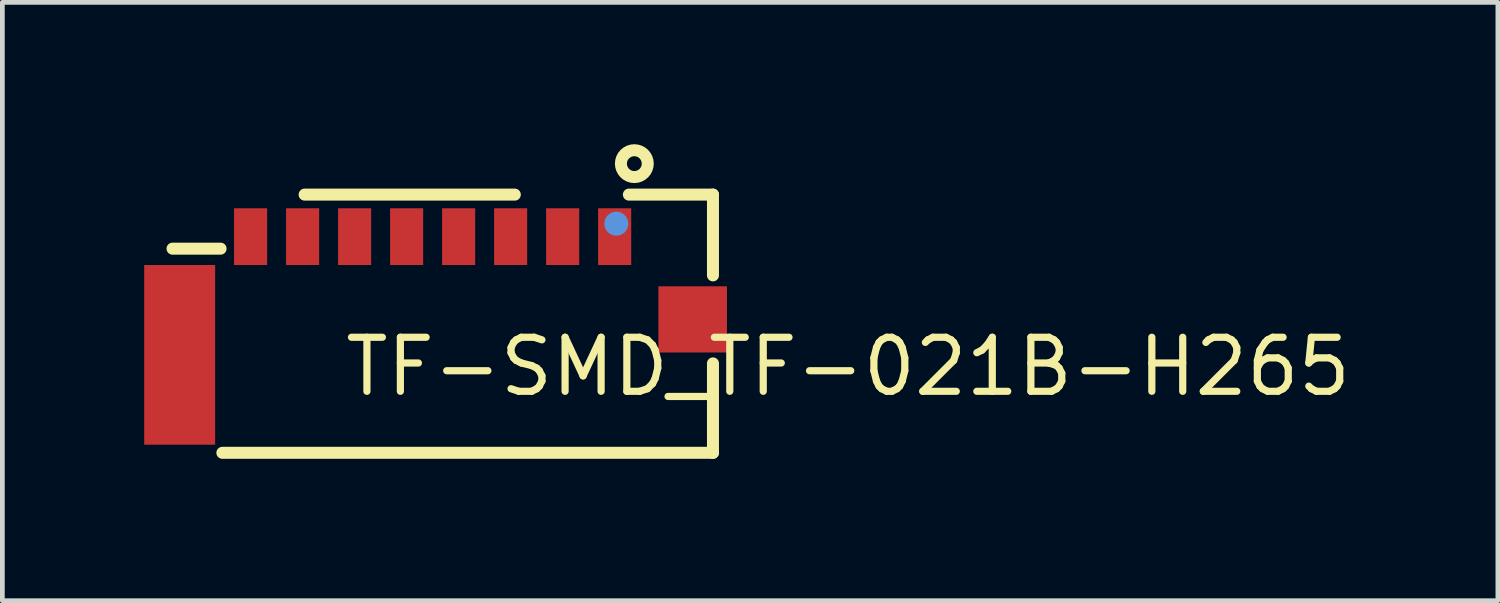
<source format=kicad_pcb>
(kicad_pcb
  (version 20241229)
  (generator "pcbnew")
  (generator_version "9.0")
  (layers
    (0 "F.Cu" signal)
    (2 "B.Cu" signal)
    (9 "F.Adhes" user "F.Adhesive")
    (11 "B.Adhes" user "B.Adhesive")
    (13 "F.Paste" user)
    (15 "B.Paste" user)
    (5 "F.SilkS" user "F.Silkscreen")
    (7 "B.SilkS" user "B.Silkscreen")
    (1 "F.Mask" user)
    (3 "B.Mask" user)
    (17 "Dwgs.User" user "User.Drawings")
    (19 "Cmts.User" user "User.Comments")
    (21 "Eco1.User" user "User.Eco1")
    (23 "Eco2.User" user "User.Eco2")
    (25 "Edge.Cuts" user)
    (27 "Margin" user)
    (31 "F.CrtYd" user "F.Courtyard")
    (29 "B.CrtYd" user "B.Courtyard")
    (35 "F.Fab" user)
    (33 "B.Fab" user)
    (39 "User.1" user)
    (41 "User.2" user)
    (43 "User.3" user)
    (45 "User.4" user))
  (footprint "TF-SMD_TF-021B-H265"
    (layer "F.Cu")
    (at 6.175 3.205)
    (property "Reference" "TF-SMD_TF-021B-H265" (at -2 1.5 0) (layer "F.SilkS") (effects (font (size 1.143 1.143) (thickness 0.152)) (justify left)))
    (attr smd)
    (fp_line (start -5.576 -0.996) (end -4.56 -0.996) (stroke (width 0.254) (type solid)) (layer "F.SilkS"))
    (fp_line (start -4.522 3.322) (end 5.854 3.322) (stroke (width 0.254) (type solid)) (layer "F.SilkS"))
    (fp_line (start -2.782 -2.139) (end 1.663 -2.139) (stroke (width 0.254) (type solid)) (layer "F.SilkS"))
    (fp_line (start 5.854 -2.139) (end 4.076 -2.139) (stroke (width 0.254) (type solid)) (layer "F.SilkS"))
    (fp_line (start 5.854 -0.431) (end 5.854 -2.139) (stroke (width 0.254) (type solid)) (layer "F.SilkS"))
    (fp_line (start 5.854 3.322) (end 5.854 1.431) (stroke (width 0.254) (type solid)) (layer "F.SilkS"))
    (fp_circle (center 4.191 -2.794) (end 4.475 -2.794) (stroke (width 0.254) (type solid)) (fill no) (layer "F.SilkS"))
    (fp_circle (center 3.81 -1.524) (end 3.937 -1.524) (stroke (width 0.254) (type solid)) (fill no) (layer "Cmts.User"))
    (pad "1" smd rect (at 3.775 -1.25 90) (size 1.2 0.7) (layers "F.Cu" "F.Mask" "F.Paste"))
    (pad "2" smd rect (at 2.675 -1.25 90) (size 1.2 0.7) (layers "F.Cu" "F.Mask" "F.Paste"))
    (pad "3" smd rect (at 1.575 -1.25 90) (size 1.2 0.7) (layers "F.Cu" "F.Mask" "F.Paste"))
    (pad "4" smd rect (at 0.475 -1.25 90) (size 1.2 0.7) (layers "F.Cu" "F.Mask" "F.Paste"))
    (pad "5" smd rect (at -0.625 -1.25 90) (size 1.2 0.7) (layers "F.Cu" "F.Mask" "F.Paste"))
    (pad "6" smd rect (at -1.725 -1.25 90) (size 1.2 0.7) (layers "F.Cu" "F.Mask" "F.Paste"))
    (pad "7" smd rect (at -2.825 -1.25 90) (size 1.2 0.7) (layers "F.Cu" "F.Mask" "F.Paste"))
    (pad "8" smd rect (at -3.925 -1.25 90) (size 1.2 0.7) (layers "F.Cu" "F.Mask" "F.Paste"))
    (pad "9" smd rect (at -5.425 1.25 270) (size 3.8 1.5) (layers "F.Cu" "F.Mask" "F.Paste"))
    (pad "10" smd rect (at 5.425 0.5 270) (size 1.4 1.45) (layers "F.Cu" "F.Mask" "F.Paste")))
  (gr_rect
    (start -3 -3)
    (end 28.63 9.654)
    (stroke (width 0.1) (type default))
    (fill no)
    (layer "Edge.Cuts")))
</source>
